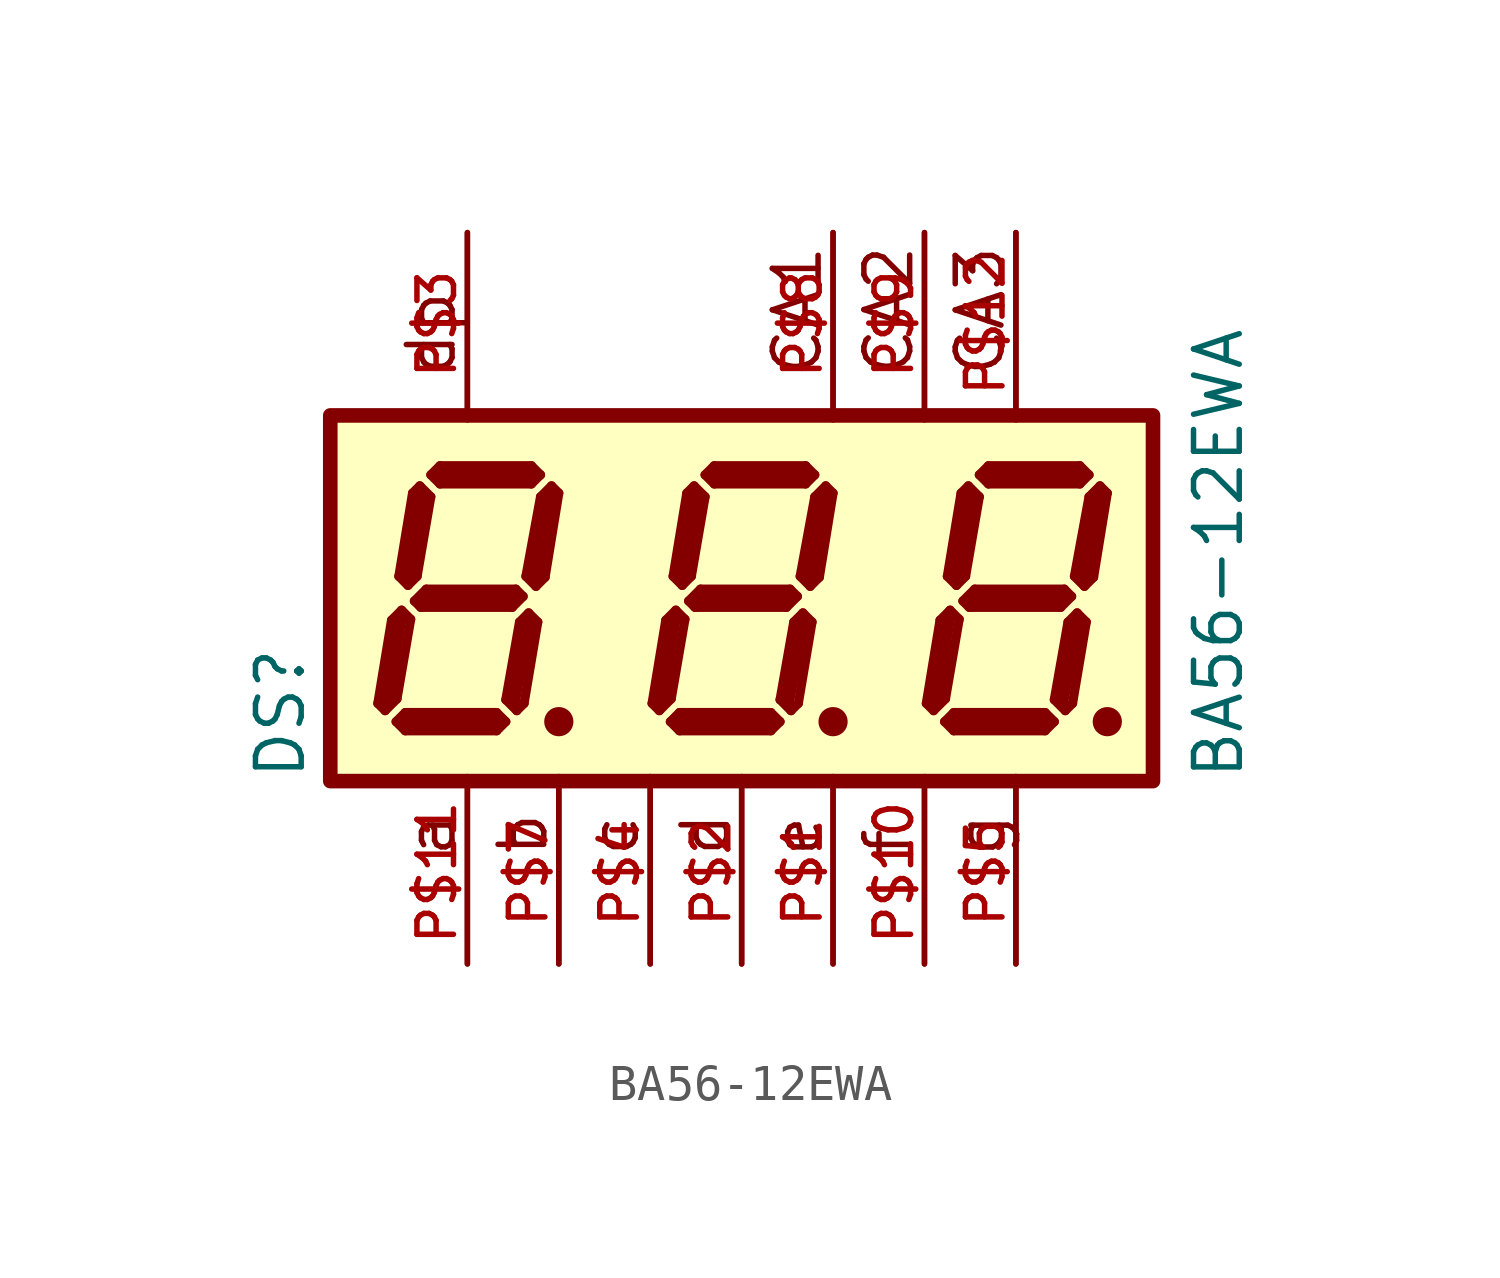
<source format=kicad_sym>
(kicad_symbol_lib
  (version 20211014)
  (generator kicad_symbol_editor)
  (symbol "BA56-12EWA"
    (pin_names
      (offset 1.016))
    (property "Reference" "DS"
      (at -12.075 -5.084 90.0)
      (effects (font (size 1.27 1.27)) (justify bottom left)))
    (property "Value" "BA56-12EWA"
      (at 13.989 -5.087 90.0)
      (effects (font (size 1.27 1.27)) (justify bottom left)))
    (symbol "BA56-12EWA_0_0"
      (polyline (pts (xy -5.283 3.124) (xy -5.588 2.819)) (stroke (width 0.254)))
      (polyline (pts (xy -5.588 2.819) (xy -5.994 0.61)) (stroke (width 0.254)))
      (polyline (pts (xy -5.994 0.61) (xy -5.715 0.33)) (stroke (width 0.254)))
      (polyline (pts (xy -5.715 0.33) (xy -5.461 0.584)) (stroke (width 0.254)))
      (polyline (pts (xy -5.461 0.584) (xy -5.08 2.921)) (stroke (width 0.254)))
      (polyline (pts (xy -5.08 2.921) (xy -5.283 3.124)) (stroke (width 0.254)))
      (polyline (pts (xy -5.588 3.429) (xy -5.842 3.175)) (stroke (width 0.254)))
      (polyline (pts (xy -5.842 3.175) (xy -8.382 3.175)) (stroke (width 0.254)))
      (polyline (pts (xy -8.382 3.175) (xy -8.636 3.429)) (stroke (width 0.254)))
      (polyline (pts (xy -8.636 3.429) (xy -8.382 3.683)) (stroke (width 0.254)))
      (polyline (pts (xy -8.382 3.683) (xy -5.842 3.683)) (stroke (width 0.254)))
      (polyline (pts (xy -5.842 3.683) (xy -5.588 3.429)) (stroke (width 0.254)))
      (polyline (pts (xy -8.941 3.124) (xy -8.636 2.819)) (stroke (width 0.254)))
      (polyline (pts (xy -8.636 2.819) (xy -9.017 0.61)) (stroke (width 0.254)))
      (polyline (pts (xy -9.017 0.61) (xy -9.271 0.356)) (stroke (width 0.254)))
      (polyline (pts (xy -9.271 0.356) (xy -9.525 0.61)) (stroke (width 0.254)))
      (polyline (pts (xy -9.525 0.61) (xy -9.144 2.921)) (stroke (width 0.254)))
      (polyline (pts (xy -9.144 2.921) (xy -8.941 3.124)) (stroke (width 0.254)))
      (polyline (pts (xy -9.093 -0.076) (xy -8.763 0.254)) (stroke (width 0.254)))
      (polyline (pts (xy -8.763 0.254) (xy -6.274 0.254)) (stroke (width 0.254)))
      (polyline (pts (xy -6.274 0.254) (xy -6.071 0.051)) (stroke (width 0.254)))
      (polyline (pts (xy -6.071 0.051) (xy -6.375 -0.254)) (stroke (width 0.254)))
      (polyline (pts (xy -6.375 -0.254) (xy -8.915 -0.254)) (stroke (width 0.254)))
      (polyline (pts (xy -8.915 -0.254) (xy -9.093 -0.076)) (stroke (width 0.254)))
      (polyline (pts (xy -9.449 -0.33) (xy -9.195 -0.584)) (stroke (width 0.254)))
      (polyline (pts (xy -9.906 -3.124) (xy -9.576 -2.794)) (stroke (width 0.254)))
      (polyline (pts (xy -9.449 -0.33) (xy -9.728 -0.61)) (stroke (width 0.254)))
      (polyline (pts (xy -9.728 -0.61) (xy -10.109 -2.921)) (stroke (width 0.254)))
      (polyline (pts (xy -10.109 -2.921) (xy -9.906 -3.124)) (stroke (width 0.254)))
      (polyline (pts (xy -9.601 -3.429) (xy -9.347 -3.175)) (stroke (width 0.254)))
      (polyline (pts (xy -9.347 -3.175) (xy -6.807 -3.175)) (stroke (width 0.254)))
      (polyline (pts (xy -6.807 -3.175) (xy -6.553 -3.429)) (stroke (width 0.254)))
      (polyline (pts (xy -6.553 -3.429) (xy -6.807 -3.683)) (stroke (width 0.254)))
      (polyline (pts (xy -6.807 -3.683) (xy -9.347 -3.683)) (stroke (width 0.254)))
      (polyline (pts (xy -9.347 -3.683) (xy -9.601 -3.429)) (stroke (width 0.254)))
      (polyline (pts (xy -5.918 -0.406) (xy -6.172 -0.66)) (stroke (width 0.254)))
      (polyline (pts (xy -6.172 -0.66) (xy -6.553 -2.819)) (stroke (width 0.254)))
      (polyline (pts (xy -6.553 -2.819) (xy -6.248 -3.124)) (stroke (width 0.254)))
      (polyline (pts (xy -6.248 -3.124) (xy -6.045 -2.921)) (stroke (width 0.254)))
      (polyline (pts (xy -6.045 -2.921) (xy -5.664 -0.66)) (stroke (width 0.254)))
      (polyline (pts (xy -5.664 -0.66) (xy -5.918 -0.406)) (stroke (width 0.254)))
      (polyline (pts (xy -5.334 2.794) (xy -5.715 0.635)) (stroke (width 0.406)))
      (polyline (pts (xy -5.842 3.429) (xy -8.382 3.429)) (stroke (width 0.406)))
      (polyline (pts (xy -8.89 2.794) (xy -9.271 0.635)) (stroke (width 0.406)))
      (polyline (pts (xy -8.89 0.0) (xy -6.35 0.0)) (stroke (width 0.406)))
      (polyline (pts (xy -5.969 -0.762) (xy -6.35 -2.794)) (stroke (width 0.406)))
      (polyline (pts (xy -6.858 -3.429) (xy -9.271 -3.429)) (stroke (width 0.406)))
      (polyline (pts (xy -9.906 -2.921) (xy -9.525 -0.635)) (stroke (width 0.406)))
      (polyline (pts (xy 7.62 -4.953) (xy 7.62 -10.16)) (stroke (width 0.152)))
      (polyline (pts (xy 5.08 -4.953) (xy 5.08 -10.16)) (stroke (width 0.152)))
      (polyline (pts (xy 0.0 -4.953) (xy 0.0 -10.16)) (stroke (width 0.152)))
      (polyline (pts (xy -5.08 -4.953) (xy -5.08 -10.16)) (stroke (width 0.152)))
      (polyline (pts (xy -7.62 -4.953) (xy -7.62 -10.16)) (stroke (width 0.152)))
      (polyline (pts (xy 7.62 10.16) (xy 7.62 4.953)) (stroke (width 0.152)))
      (polyline (pts (xy -2.54 -4.953) (xy -2.54 -10.16)) (stroke (width 0.152)))
      (polyline (pts (xy 2.54 -4.953) (xy 2.54 -10.16)) (stroke (width 0.152)))
      (polyline (pts (xy -7.62 10.16) (xy -7.62 4.953)) (stroke (width 0.152)))
      (polyline (pts (xy 5.08 10.16) (xy 5.08 4.953)) (stroke (width 0.152)))
      (polyline (pts (xy -5.207 -3.429) (xy -4.953 -3.429)) (stroke (width 0.305)))
      (polyline (pts (xy 2.54 10.16) (xy 2.54 4.953)) (stroke (width 0.152)))
      (polyline (pts (xy -9.576 -2.794) (xy -9.195 -0.584)) (stroke (width 0.254)))
      (polyline (pts (xy 2.337 3.124) (xy 2.032 2.819)) (stroke (width 0.254)))
      (polyline (pts (xy 2.032 2.819) (xy 1.626 0.61)) (stroke (width 0.254)))
      (polyline (pts (xy 1.626 0.61) (xy 1.905 0.33)) (stroke (width 0.254)))
      (polyline (pts (xy 1.905 0.33) (xy 2.159 0.584)) (stroke (width 0.254)))
      (polyline (pts (xy 2.159 0.584) (xy 2.54 2.921)) (stroke (width 0.254)))
      (polyline (pts (xy 2.54 2.921) (xy 2.337 3.124)) (stroke (width 0.254)))
      (polyline (pts (xy 2.032 3.429) (xy 1.778 3.175)) (stroke (width 0.254)))
      (polyline (pts (xy 1.778 3.175) (xy -0.762 3.175)) (stroke (width 0.254)))
      (polyline (pts (xy -0.762 3.175) (xy -1.016 3.429)) (stroke (width 0.254)))
      (polyline (pts (xy -1.016 3.429) (xy -0.762 3.683)) (stroke (width 0.254)))
      (polyline (pts (xy -0.762 3.683) (xy 1.778 3.683)) (stroke (width 0.254)))
      (polyline (pts (xy 1.778 3.683) (xy 2.032 3.429)) (stroke (width 0.254)))
      (polyline (pts (xy -1.321 3.124) (xy -1.016 2.819)) (stroke (width 0.254)))
      (polyline (pts (xy -1.016 2.819) (xy -1.397 0.61)) (stroke (width 0.254)))
      (polyline (pts (xy -1.397 0.61) (xy -1.651 0.356)) (stroke (width 0.254)))
      (polyline (pts (xy -1.651 0.356) (xy -1.905 0.61)) (stroke (width 0.254)))
      (polyline (pts (xy -1.905 0.61) (xy -1.524 2.921)) (stroke (width 0.254)))
      (polyline (pts (xy -1.524 2.921) (xy -1.321 3.124)) (stroke (width 0.254)))
      (polyline (pts (xy -1.473 -0.076) (xy -1.143 0.254)) (stroke (width 0.254)))
      (polyline (pts (xy -1.143 0.254) (xy 1.346 0.254)) (stroke (width 0.254)))
      (polyline (pts (xy 1.346 0.254) (xy 1.549 0.051)) (stroke (width 0.254)))
      (polyline (pts (xy 1.549 0.051) (xy 1.245 -0.254)) (stroke (width 0.254)))
      (polyline (pts (xy 1.245 -0.254) (xy -1.295 -0.254)) (stroke (width 0.254)))
      (polyline (pts (xy -1.295 -0.254) (xy -1.473 -0.076)) (stroke (width 0.254)))
      (polyline (pts (xy -1.829 -0.33) (xy -1.575 -0.584)) (stroke (width 0.254)))
      (polyline (pts (xy -2.286 -3.124) (xy -1.956 -2.794)) (stroke (width 0.254)))
      (polyline (pts (xy -1.829 -0.33) (xy -2.108 -0.61)) (stroke (width 0.254)))
      (polyline (pts (xy -2.108 -0.61) (xy -2.489 -2.921)) (stroke (width 0.254)))
      (polyline (pts (xy -2.489 -2.921) (xy -2.286 -3.124)) (stroke (width 0.254)))
      (polyline (pts (xy -1.981 -3.429) (xy -1.727 -3.175)) (stroke (width 0.254)))
      (polyline (pts (xy -1.727 -3.175) (xy 0.813 -3.175)) (stroke (width 0.254)))
      (polyline (pts (xy 0.813 -3.175) (xy 1.067 -3.429)) (stroke (width 0.254)))
      (polyline (pts (xy 1.067 -3.429) (xy 0.813 -3.683)) (stroke (width 0.254)))
      (polyline (pts (xy 0.813 -3.683) (xy -1.727 -3.683)) (stroke (width 0.254)))
      (polyline (pts (xy -1.727 -3.683) (xy -1.981 -3.429)) (stroke (width 0.254)))
      (polyline (pts (xy 1.702 -0.406) (xy 1.448 -0.66)) (stroke (width 0.254)))
      (polyline (pts (xy 1.448 -0.66) (xy 1.067 -2.819)) (stroke (width 0.254)))
      (polyline (pts (xy 1.067 -2.819) (xy 1.372 -3.124)) (stroke (width 0.254)))
      (polyline (pts (xy 1.372 -3.124) (xy 1.575 -2.921)) (stroke (width 0.254)))
      (polyline (pts (xy 1.575 -2.921) (xy 1.956 -0.66)) (stroke (width 0.254)))
      (polyline (pts (xy 1.956 -0.66) (xy 1.702 -0.406)) (stroke (width 0.254)))
      (polyline (pts (xy 2.286 2.794) (xy 1.905 0.635)) (stroke (width 0.406)))
      (polyline (pts (xy 1.778 3.429) (xy -0.762 3.429)) (stroke (width 0.406)))
      (polyline (pts (xy -1.27 2.794) (xy -1.651 0.635)) (stroke (width 0.406)))
      (polyline (pts (xy -1.27 0.0) (xy 1.27 0.0)) (stroke (width 0.406)))
      (polyline (pts (xy 1.651 -0.762) (xy 1.27 -2.794)) (stroke (width 0.406)))
      (polyline (pts (xy 0.762 -3.429) (xy -1.651 -3.429)) (stroke (width 0.406)))
      (polyline (pts (xy -2.286 -2.921) (xy -1.905 -0.635)) (stroke (width 0.406)))
      (polyline (pts (xy 2.413 -3.429) (xy 2.667 -3.429)) (stroke (width 0.305)))
      (polyline (pts (xy -1.956 -2.794) (xy -1.575 -0.584)) (stroke (width 0.254)))
      (polyline (pts (xy 9.957 3.124) (xy 9.652 2.819)) (stroke (width 0.254)))
      (polyline (pts (xy 9.652 2.819) (xy 9.246 0.61)) (stroke (width 0.254)))
      (polyline (pts (xy 9.246 0.61) (xy 9.525 0.33)) (stroke (width 0.254)))
      (polyline (pts (xy 9.525 0.33) (xy 9.779 0.584)) (stroke (width 0.254)))
      (polyline (pts (xy 9.779 0.584) (xy 10.16 2.921)) (stroke (width 0.254)))
      (polyline (pts (xy 10.16 2.921) (xy 9.957 3.124)) (stroke (width 0.254)))
      (polyline (pts (xy 9.652 3.429) (xy 9.398 3.175)) (stroke (width 0.254)))
      (polyline (pts (xy 9.398 3.175) (xy 6.858 3.175)) (stroke (width 0.254)))
      (polyline (pts (xy 6.858 3.175) (xy 6.604 3.429)) (stroke (width 0.254)))
      (polyline (pts (xy 6.604 3.429) (xy 6.858 3.683)) (stroke (width 0.254)))
      (polyline (pts (xy 6.858 3.683) (xy 9.398 3.683)) (stroke (width 0.254)))
      (polyline (pts (xy 9.398 3.683) (xy 9.652 3.429)) (stroke (width 0.254)))
      (polyline (pts (xy 6.299 3.124) (xy 6.604 2.819)) (stroke (width 0.254)))
      (polyline (pts (xy 6.604 2.819) (xy 6.223 0.61)) (stroke (width 0.254)))
      (polyline (pts (xy 6.223 0.61) (xy 5.969 0.356)) (stroke (width 0.254)))
      (polyline (pts (xy 5.969 0.356) (xy 5.715 0.61)) (stroke (width 0.254)))
      (polyline (pts (xy 5.715 0.61) (xy 6.096 2.921)) (stroke (width 0.254)))
      (polyline (pts (xy 6.096 2.921) (xy 6.299 3.124)) (stroke (width 0.254)))
      (polyline (pts (xy 6.147 -0.076) (xy 6.477 0.254)) (stroke (width 0.254)))
      (polyline (pts (xy 6.477 0.254) (xy 8.966 0.254)) (stroke (width 0.254)))
      (polyline (pts (xy 8.966 0.254) (xy 9.169 0.051)) (stroke (width 0.254)))
      (polyline (pts (xy 9.169 0.051) (xy 8.865 -0.254)) (stroke (width 0.254)))
      (polyline (pts (xy 8.865 -0.254) (xy 6.325 -0.254)) (stroke (width 0.254)))
      (polyline (pts (xy 6.325 -0.254) (xy 6.147 -0.076)) (stroke (width 0.254)))
      (polyline (pts (xy 5.791 -0.33) (xy 6.045 -0.584)) (stroke (width 0.254)))
      (polyline (pts (xy 5.334 -3.124) (xy 5.664 -2.794)) (stroke (width 0.254)))
      (polyline (pts (xy 5.791 -0.33) (xy 5.512 -0.61)) (stroke (width 0.254)))
      (polyline (pts (xy 5.512 -0.61) (xy 5.131 -2.921)) (stroke (width 0.254)))
      (polyline (pts (xy 5.131 -2.921) (xy 5.334 -3.124)) (stroke (width 0.254)))
      (polyline (pts (xy 5.639 -3.429) (xy 5.893 -3.175)) (stroke (width 0.254)))
      (polyline (pts (xy 5.893 -3.175) (xy 8.433 -3.175)) (stroke (width 0.254)))
      (polyline (pts (xy 8.433 -3.175) (xy 8.687 -3.429)) (stroke (width 0.254)))
      (polyline (pts (xy 8.687 -3.429) (xy 8.433 -3.683)) (stroke (width 0.254)))
      (polyline (pts (xy 8.433 -3.683) (xy 5.893 -3.683)) (stroke (width 0.254)))
      (polyline (pts (xy 5.893 -3.683) (xy 5.639 -3.429)) (stroke (width 0.254)))
      (polyline (pts (xy 9.322 -0.406) (xy 9.068 -0.66)) (stroke (width 0.254)))
      (polyline (pts (xy 9.068 -0.66) (xy 8.687 -2.819)) (stroke (width 0.254)))
      (polyline (pts (xy 8.687 -2.819) (xy 8.992 -3.124)) (stroke (width 0.254)))
      (polyline (pts (xy 8.992 -3.124) (xy 9.195 -2.921)) (stroke (width 0.254)))
      (polyline (pts (xy 9.195 -2.921) (xy 9.576 -0.66)) (stroke (width 0.254)))
      (polyline (pts (xy 9.576 -0.66) (xy 9.322 -0.406)) (stroke (width 0.254)))
      (polyline (pts (xy 9.906 2.794) (xy 9.525 0.635)) (stroke (width 0.406)))
      (polyline (pts (xy 9.398 3.429) (xy 6.858 3.429)) (stroke (width 0.406)))
      (polyline (pts (xy 6.35 2.794) (xy 5.969 0.635)) (stroke (width 0.406)))
      (polyline (pts (xy 6.35 0.0) (xy 8.89 0.0)) (stroke (width 0.406)))
      (polyline (pts (xy 9.271 -0.762) (xy 8.89 -2.794)) (stroke (width 0.406)))
      (polyline (pts (xy 8.382 -3.429) (xy 5.969 -3.429)) (stroke (width 0.406)))
      (polyline (pts (xy 5.334 -2.921) (xy 5.715 -0.635)) (stroke (width 0.406)))
      (polyline (pts (xy 10.033 -3.429) (xy 10.287 -3.429)) (stroke (width 0.305)))
      (polyline (pts (xy 5.664 -2.794) (xy 6.045 -0.584)) (stroke (width 0.254)))
      (circle (center -5.08 -3.429) (radius 0.254) (stroke (width 0.305)) (fill (type none)))
      (circle (center 2.54 -3.429) (radius 0.254) (stroke (width 0.305)) (fill (type none)))
      (circle (center 10.16 -3.429) (radius 0.254) (stroke (width 0.305)) (fill (type none)))
      (text "CA3" (at 7.368 6.098 900) (effects (font (size 1.27 1.27)) (justify bottom left)))
      (text "CA2" (at 4.832 6.104 900) (effects (font (size 1.272 1.272)) (justify bottom left)))
      (text "a" (at -7.885 -7.249 900) (effects (font (size 1.272 1.272)) (justify bottom left)))
      (text "b" (at -5.335 -7.24 900) (effects (font (size 1.27 1.27)) (justify bottom left)))
      (text "c" (at -2.794 -7.24 900) (effects (font (size 1.27 1.27)) (justify bottom left)))
      (text "d" (at -0.254 -7.239 900) (effects (font (size 1.27 1.27)) (justify bottom left)))
      (text "e" (at 2.29 -7.251 900) (effects (font (size 1.272 1.272)) (justify bottom left)))
      (text "f" (at 4.828 -7.242 900) (effects (font (size 1.271 1.271)) (justify bottom left)))
      (text "g" (at 7.38 -7.253 900) (effects (font (size 1.272 1.272)) (justify bottom left)))
      (text "dp" (at -7.883 6.103 900) (effects (font (size 1.271 1.271)) (justify bottom left)))
      (text "CA1" (at 2.287 6.099 900) (effects (font (size 1.271 1.271)) (justify bottom left)))
      (rectangle (start -11.43 -5.08) (end 11.43 5.08) (stroke (width 0.406)) (fill (type background)))
      (pin passive line (at -7.62 10.16 270.0) (length 5.08) (name "~" (effects (font (size 1.016 1.016)))) (number "P$3" (effects (font (size 1.016 1.016)))))
      (pin passive line (at 5.08 -10.16 90.0) (length 5.08) (name "~" (effects (font (size 1.016 1.016)))) (number "P$10" (effects (font (size 1.016 1.016)))))
      (pin passive line (at 0.0 -10.16 90.0) (length 5.08) (name "~" (effects (font (size 1.016 1.016)))) (number "P$2" (effects (font (size 1.016 1.016)))))
      (pin passive line (at -5.08 -10.16 90.0) (length 5.08) (name "~" (effects (font (size 1.016 1.016)))) (number "P$7" (effects (font (size 1.016 1.016)))))
      (pin passive line (at -7.62 -10.16 90.0) (length 5.08) (name "~" (effects (font (size 1.016 1.016)))) (number "P$11" (effects (font (size 1.016 1.016)))))
      (pin passive line (at 7.62 10.16 270.0) (length 5.08) (name "~" (effects (font (size 1.016 1.016)))) (number "P$12" (effects (font (size 1.016 1.016)))))
      (pin passive line (at -2.54 -10.16 90.0) (length 5.08) (name "~" (effects (font (size 1.016 1.016)))) (number "P$4" (effects (font (size 1.016 1.016)))))
      (pin passive line (at 2.54 -10.16 90.0) (length 5.08) (name "~" (effects (font (size 1.016 1.016)))) (number "P$1" (effects (font (size 1.016 1.016)))))
      (pin passive line (at 7.62 -10.16 90.0) (length 5.08) (name "~" (effects (font (size 1.016 1.016)))) (number "P$5" (effects (font (size 1.016 1.016)))))
      (pin passive line (at 5.08 10.16 270.0) (length 5.08) (name "~" (effects (font (size 1.016 1.016)))) (number "P$9" (effects (font (size 1.016 1.016)))))
      (pin passive line (at 2.54 10.16 270.0) (length 5.08) (name "~" (effects (font (size 1.016 1.016)))) (number "P$8" (effects (font (size 1.016 1.016))))))))
</source>
